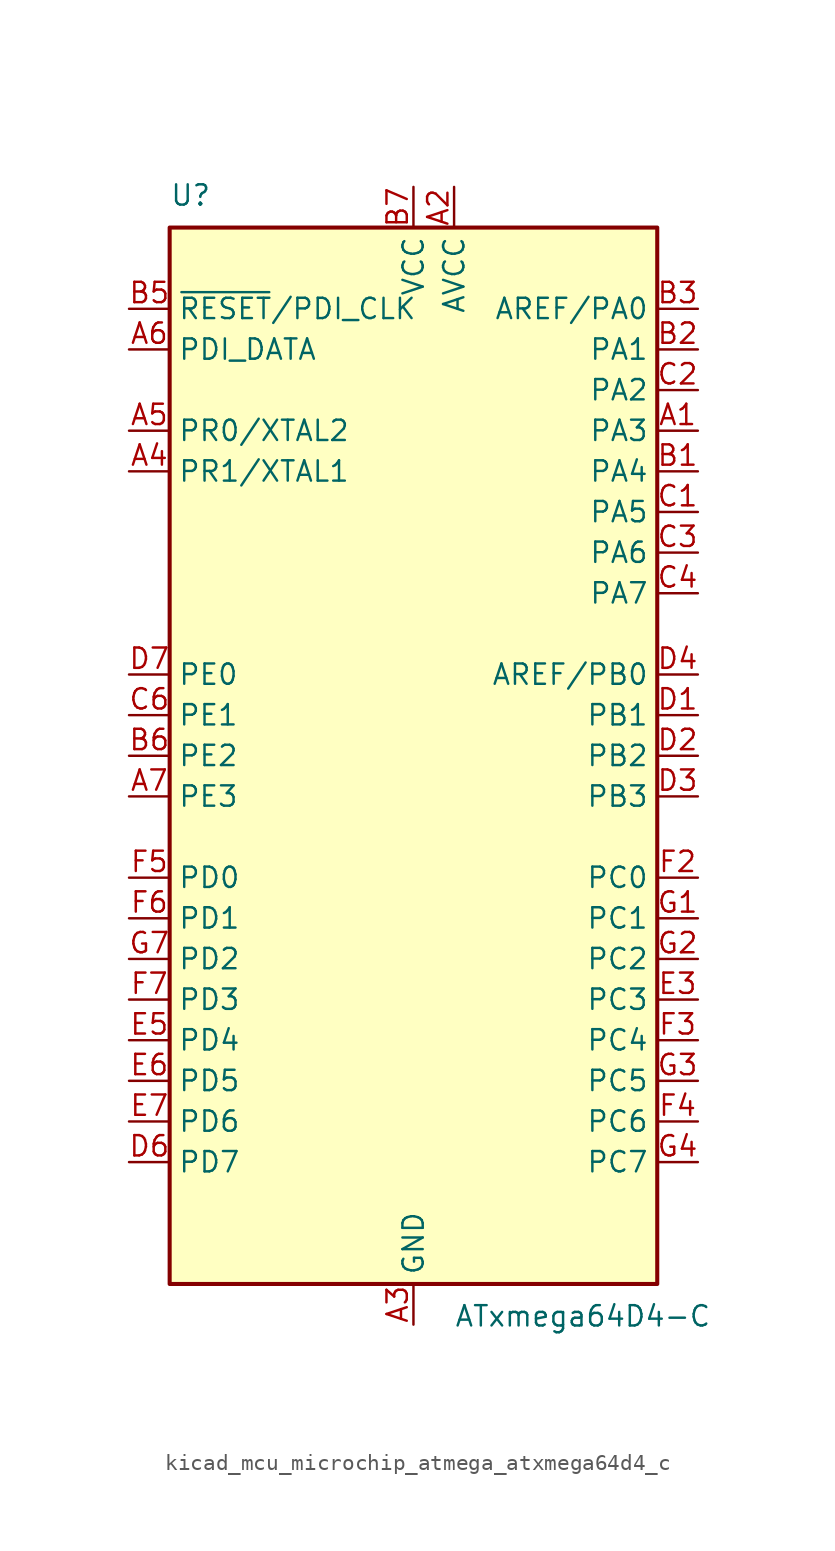
<source format=kicad_sym>
(kicad_symbol_lib
  (version 20220914)
  (generator kicad_symbol_editor)
  (symbol "kicad_mcu_microchip_atmega_atxmega64d4_c"
    (property "Reference" "U"
      (at -15.24 34.29 0)
      (effects (font (size 1.27 1.27)) (justify left bottom)))
    (property "Value" "ATxmega64D4-C"
      (at 2.54 -34.29 0)
      (effects (font (size 1.27 1.27)) (justify left top)))
    (symbol "kicad_mcu_microchip_atmega_atxmega64d4_c_0_1"
      (rectangle (start -15.24 -33.02) (end 15.24 33.02) (stroke (width 0.254) (type default)) (fill (type background))))
    (symbol "kicad_mcu_microchip_atmega_atxmega64d4_c_1_1"
      (pin bidirectional line (at 17.78 20.32 180) (length 2.54) (name "PA3" (effects (font (size 1.27 1.27)))) (number "A1" (effects (font (size 1.27 1.27)))))
      (pin power_in line (at 2.54 35.56 270) (length 2.54) (name "AVCC" (effects (font (size 1.27 1.27)))) (number "A2" (effects (font (size 1.27 1.27)))))
      (pin power_in line (at 0 -35.56 90) (length 2.54) (name "GND" (effects (font (size 1.27 1.27)))) (number "A3" (effects (font (size 1.27 1.27)))))
      (pin bidirectional line (at -17.78 17.78 0) (length 2.54) (name "PR1/XTAL1" (effects (font (size 1.27 1.27)))) (number "A4" (effects (font (size 1.27 1.27)))))
      (pin bidirectional line (at -17.78 20.32 0) (length 2.54) (name "PR0/XTAL2" (effects (font (size 1.27 1.27)))) (number "A5" (effects (font (size 1.27 1.27)))))
      (pin bidirectional line (at -17.78 25.4 0) (length 2.54) (name "PDI_DATA" (effects (font (size 1.27 1.27)))) (number "A6" (effects (font (size 1.27 1.27)))))
      (pin bidirectional line (at -17.78 -2.54 0) (length 2.54) (name "PE3" (effects (font (size 1.27 1.27)))) (number "A7" (effects (font (size 1.27 1.27)))))
      (pin bidirectional line (at 17.78 17.78 180) (length 2.54) (name "PA4" (effects (font (size 1.27 1.27)))) (number "B1" (effects (font (size 1.27 1.27)))))
      (pin bidirectional line (at 17.78 25.4 180) (length 2.54) (name "PA1" (effects (font (size 1.27 1.27)))) (number "B2" (effects (font (size 1.27 1.27)))))
      (pin bidirectional line (at 17.78 27.94 180) (length 2.54) (name "AREF/PA0" (effects (font (size 1.27 1.27)))) (number "B3" (effects (font (size 1.27 1.27)))))
      (pin passive line (at 0 -35.56 90) (length 2.54) hide (name "GND" (effects (font (size 1.27 1.27)))) (number "B4" (effects (font (size 1.27 1.27)))))
      (pin input line (at -17.78 27.94 0) (length 2.54) (name "~{RESET}/PDI_CLK" (effects (font (size 1.27 1.27)))) (number "B5" (effects (font (size 1.27 1.27)))))
      (pin bidirectional line (at -17.78 0 0) (length 2.54) (name "PE2" (effects (font (size 1.27 1.27)))) (number "B6" (effects (font (size 1.27 1.27)))))
      (pin power_in line (at 0 35.56 270) (length 2.54) (name "VCC" (effects (font (size 1.27 1.27)))) (number "B7" (effects (font (size 1.27 1.27)))))
      (pin bidirectional line (at 17.78 15.24 180) (length 2.54) (name "PA5" (effects (font (size 1.27 1.27)))) (number "C1" (effects (font (size 1.27 1.27)))))
      (pin bidirectional line (at 17.78 22.86 180) (length 2.54) (name "PA2" (effects (font (size 1.27 1.27)))) (number "C2" (effects (font (size 1.27 1.27)))))
      (pin bidirectional line (at 17.78 12.7 180) (length 2.54) (name "PA6" (effects (font (size 1.27 1.27)))) (number "C3" (effects (font (size 1.27 1.27)))))
      (pin bidirectional line (at 17.78 10.16 180) (length 2.54) (name "PA7" (effects (font (size 1.27 1.27)))) (number "C4" (effects (font (size 1.27 1.27)))))
      (pin passive line (at 0 -35.56 90) (length 2.54) hide (name "GND" (effects (font (size 1.27 1.27)))) (number "C5" (effects (font (size 1.27 1.27)))))
      (pin bidirectional line (at -17.78 2.54 0) (length 2.54) (name "PE1" (effects (font (size 1.27 1.27)))) (number "C6" (effects (font (size 1.27 1.27)))))
      (pin passive line (at 0 -35.56 90) (length 2.54) hide (name "GND" (effects (font (size 1.27 1.27)))) (number "C7" (effects (font (size 1.27 1.27)))))
      (pin bidirectional line (at 17.78 2.54 180) (length 2.54) (name "PB1" (effects (font (size 1.27 1.27)))) (number "D1" (effects (font (size 1.27 1.27)))))
      (pin bidirectional line (at 17.78 0 180) (length 2.54) (name "PB2" (effects (font (size 1.27 1.27)))) (number "D2" (effects (font (size 1.27 1.27)))))
      (pin bidirectional line (at 17.78 -2.54 180) (length 2.54) (name "PB3" (effects (font (size 1.27 1.27)))) (number "D3" (effects (font (size 1.27 1.27)))))
      (pin bidirectional line (at 17.78 5.08 180) (length 2.54) (name "AREF/PB0" (effects (font (size 1.27 1.27)))) (number "D4" (effects (font (size 1.27 1.27)))))
      (pin passive line (at 0 -35.56 90) (length 2.54) hide (name "GND" (effects (font (size 1.27 1.27)))) (number "D5" (effects (font (size 1.27 1.27)))))
      (pin bidirectional line (at -17.78 -25.4 0) (length 2.54) (name "PD7" (effects (font (size 1.27 1.27)))) (number "D6" (effects (font (size 1.27 1.27)))))
      (pin bidirectional line (at -17.78 5.08 0) (length 2.54) (name "PE0" (effects (font (size 1.27 1.27)))) (number "D7" (effects (font (size 1.27 1.27)))))
      (pin passive line (at 0 -35.56 90) (length 2.54) hide (name "GND" (effects (font (size 1.27 1.27)))) (number "E1" (effects (font (size 1.27 1.27)))))
      (pin passive line (at 0 -35.56 90) (length 2.54) hide (name "GND" (effects (font (size 1.27 1.27)))) (number "E2" (effects (font (size 1.27 1.27)))))
      (pin bidirectional line (at 17.78 -15.24 180) (length 2.54) (name "PC3" (effects (font (size 1.27 1.27)))) (number "E3" (effects (font (size 1.27 1.27)))))
      (pin passive line (at 0 -35.56 90) (length 2.54) hide (name "GND" (effects (font (size 1.27 1.27)))) (number "E4" (effects (font (size 1.27 1.27)))))
      (pin bidirectional line (at -17.78 -17.78 0) (length 2.54) (name "PD4" (effects (font (size 1.27 1.27)))) (number "E5" (effects (font (size 1.27 1.27)))))
      (pin bidirectional line (at -17.78 -20.32 0) (length 2.54) (name "PD5" (effects (font (size 1.27 1.27)))) (number "E6" (effects (font (size 1.27 1.27)))))
      (pin bidirectional line (at -17.78 -22.86 0) (length 2.54) (name "PD6" (effects (font (size 1.27 1.27)))) (number "E7" (effects (font (size 1.27 1.27)))))
      (pin passive line (at 0 35.56 270) (length 2.54) hide (name "VCC" (effects (font (size 1.27 1.27)))) (number "F1" (effects (font (size 1.27 1.27)))))
      (pin bidirectional line (at 17.78 -7.62 180) (length 2.54) (name "PC0" (effects (font (size 1.27 1.27)))) (number "F2" (effects (font (size 1.27 1.27)))))
      (pin bidirectional line (at 17.78 -17.78 180) (length 2.54) (name "PC4" (effects (font (size 1.27 1.27)))) (number "F3" (effects (font (size 1.27 1.27)))))
      (pin bidirectional line (at 17.78 -22.86 180) (length 2.54) (name "PC6" (effects (font (size 1.27 1.27)))) (number "F4" (effects (font (size 1.27 1.27)))))
      (pin bidirectional line (at -17.78 -7.62 0) (length 2.54) (name "PD0" (effects (font (size 1.27 1.27)))) (number "F5" (effects (font (size 1.27 1.27)))))
      (pin bidirectional line (at -17.78 -10.16 0) (length 2.54) (name "PD1" (effects (font (size 1.27 1.27)))) (number "F6" (effects (font (size 1.27 1.27)))))
      (pin bidirectional line (at -17.78 -15.24 0) (length 2.54) (name "PD3" (effects (font (size 1.27 1.27)))) (number "F7" (effects (font (size 1.27 1.27)))))
      (pin bidirectional line (at 17.78 -10.16 180) (length 2.54) (name "PC1" (effects (font (size 1.27 1.27)))) (number "G1" (effects (font (size 1.27 1.27)))))
      (pin bidirectional line (at 17.78 -12.7 180) (length 2.54) (name "PC2" (effects (font (size 1.27 1.27)))) (number "G2" (effects (font (size 1.27 1.27)))))
      (pin bidirectional line (at 17.78 -20.32 180) (length 2.54) (name "PC5" (effects (font (size 1.27 1.27)))) (number "G3" (effects (font (size 1.27 1.27)))))
      (pin bidirectional line (at 17.78 -25.4 180) (length 2.54) (name "PC7" (effects (font (size 1.27 1.27)))) (number "G4" (effects (font (size 1.27 1.27)))))
      (pin passive line (at 0 -35.56 90) (length 2.54) hide (name "GND" (effects (font (size 1.27 1.27)))) (number "G5" (effects (font (size 1.27 1.27)))))
      (pin passive line (at 0 35.56 270) (length 2.54) hide (name "VCC" (effects (font (size 1.27 1.27)))) (number "G6" (effects (font (size 1.27 1.27)))))
      (pin bidirectional line (at -17.78 -12.7 0) (length 2.54) (name "PD2" (effects (font (size 1.27 1.27)))) (number "G7" (effects (font (size 1.27 1.27))))))))
</source>
